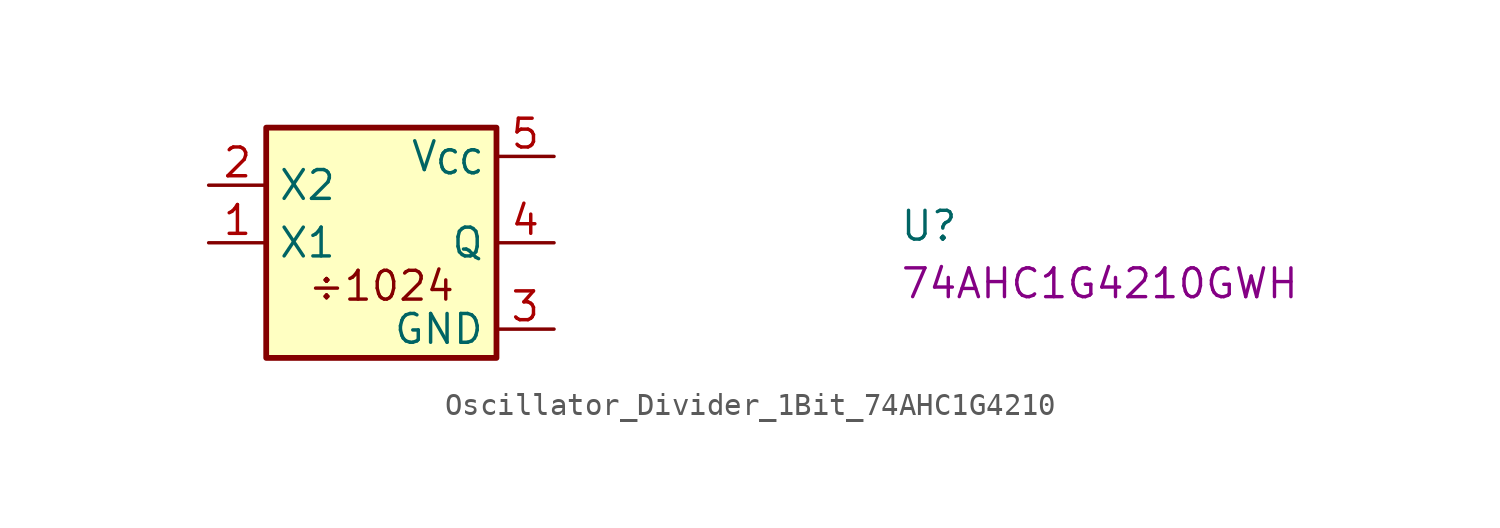
<source format=kicad_sym>
(kicad_symbol_lib
  (version 20220914)
  (generator kicad_symbol_editor)
  (symbol "Oscillator_Divider_1Bit_74AHC1G4210"
    (property "Reference" "U"
      (at 30.48 -2.54 0)
      (effects (font (size 1.27 1.27) (thickness 0.15)) (justify left bottom)))
    (property "MPN" "74AHC1G4210GWH"
      (at 30.48 -5.08 0)
      (effects (font (size 1.27 1.27) (thickness 0.15)) (justify left bottom)))
    (symbol "Oscillator_Divider_1Bit_74AHC1G4210_1_1"
      (rectangle (start 2.54 2.54) (end 12.7 -7.62) (stroke (width 0.254) (type default)) (fill (type background)))
      (text "÷1024" (at 7.62 -4.445 0) (effects (font (size 1.27 1.27) (thickness 0.15))))
      (pin input line (at 0 -2.54 0) (length 2.54) (name "X1" (effects (font (size 1.27 1.27)))) (number "1" (effects (font (size 1.27 1.27)))))
      (pin passive line (at 0 0 0) (length 2.54) (name "X2" (effects (font (size 1.27 1.27)))) (number "2" (effects (font (size 1.27 1.27)))))
      (pin power_in line (at 15.24 -6.35 180) (length 2.54) (name "GND" (effects (font (size 1.27 1.27)))) (number "3" (effects (font (size 1.27 1.27)))))
      (pin output line (at 15.24 -2.54 180) (length 2.54) (name "Q" (effects (font (size 1.27 1.27)))) (number "4" (effects (font (size 1.27 1.27)))))
      (pin power_in line (at 15.24 1.27 180) (length 2.54) (name "V_{CC}" (effects (font (size 1.27 1.27)))) (number "5" (effects (font (size 1.27 1.27))))))))
</source>
